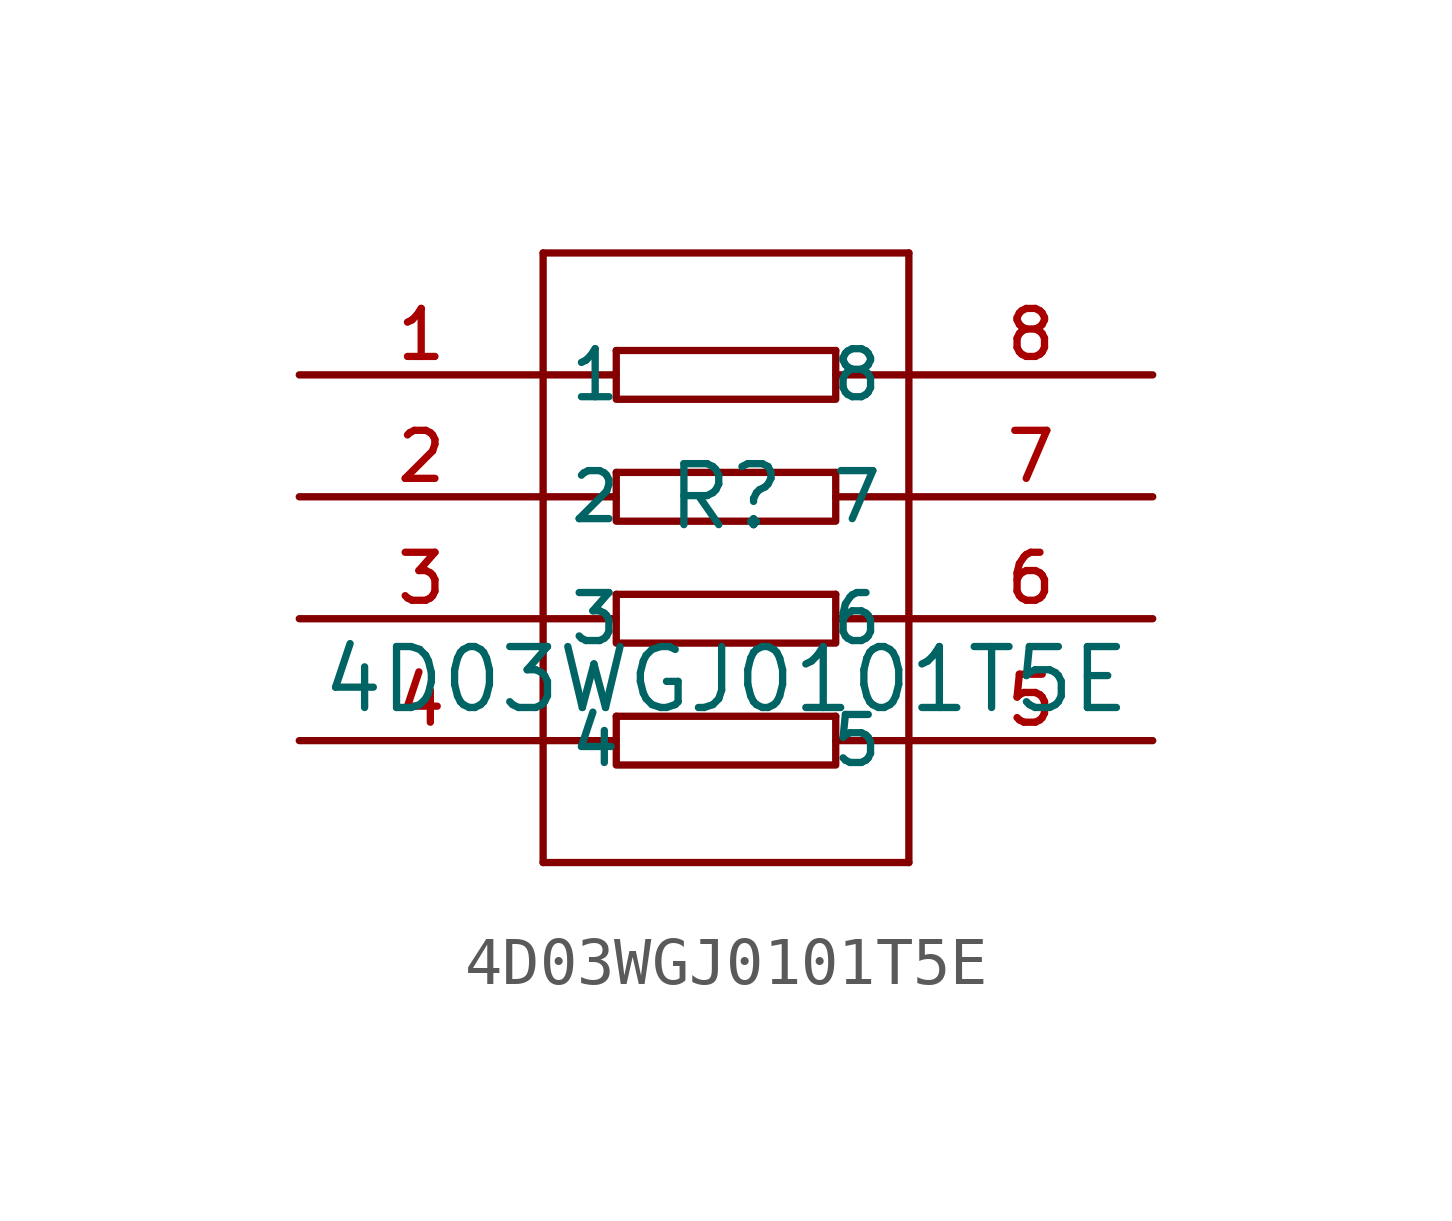
<source format=kicad_sym>
(kicad_symbol_lib
  (version 20210201)
  (generator TousstNicolas/JLC2KiCad_lib)
  (symbol "4D03WGJ0101T5E"
    (property "Reference" "R"
      (at 0 1.27 0)
      (effects (font (size 1.27 1.27))))
    (property "Value" "4D03WGJ0101T5E"
      (at 0 -2.54 0)
      (effects (font (size 1.27 1.27))))
    (symbol "4D03WGJ0101T5E_0_1"
      (pin input line (at -8.89 3.81 0) (length 5.08) (name "1" (effects (font (size 1 1)))) (number "1" (effects (font (size 1 1)))))
      (pin input line (at -8.89 1.27 0) (length 5.08) (name "2" (effects (font (size 1 1)))) (number "2" (effects (font (size 1 1)))))
      (pin input line (at -8.89 -1.27 0) (length 5.08) (name "3" (effects (font (size 1 1)))) (number "3" (effects (font (size 1 1)))))
      (pin input line (at -8.89 -3.81 0) (length 5.08) (name "4" (effects (font (size 1 1)))) (number "4" (effects (font (size 1 1)))))
      (pin input line (at 8.89 -3.81 180) (length 5.08) (name "5" (effects (font (size 1 1)))) (number "5" (effects (font (size 1 1)))))
      (pin input line (at 8.89 -1.27 180) (length 5.08) (name "6" (effects (font (size 1 1)))) (number "6" (effects (font (size 1 1)))))
      (pin input line (at 8.89 1.27 180) (length 5.08) (name "7" (effects (font (size 1 1)))) (number "7" (effects (font (size 1 1)))))
      (pin input line (at 8.89 3.81 180) (length 5.08) (name "8" (effects (font (size 1 1)))) (number "8" (effects (font (size 1 1)))))
      (polyline (pts (xy -3.81 -3.81) (xy -2.286 -3.81)) (stroke (width 0) (type default) (color 0 0 0 0)) (fill (type none)))
      (polyline (pts (xy -3.81 6.35) (xy -3.81 -6.35)) (stroke (width 0) (type default) (color 0 0 0 0)) (fill (type none)))
      (polyline (pts (xy 3.81 6.35) (xy 3.81 -6.35)) (stroke (width 0) (type default) (color 0 0 0 0)) (fill (type none)))
      (polyline (pts (xy -3.81 3.81) (xy -2.286 3.81)) (stroke (width 0) (type default) (color 0 0 0 0)) (fill (type none)))
      (polyline (pts (xy -3.81 -1.27) (xy -2.286 -1.27)) (stroke (width 0) (type default) (color 0 0 0 0)) (fill (type none)))
      (polyline (pts (xy -3.81 6.35) (xy 3.81 6.35)) (stroke (width 0) (type default) (color 0 0 0 0)) (fill (type none)))
      (polyline (pts (xy -3.81 1.27) (xy -2.286 1.27)) (stroke (width 0) (type default) (color 0 0 0 0)) (fill (type none)))
      (polyline (pts (xy -2.286 4.318) (xy 2.286 4.318)) (stroke (width 0) (type default) (color 0 0 0 0)) (fill (type none)))
      (polyline (pts (xy -2.286 4.318) (xy -2.286 3.302) (xy 2.286 3.302) (xy 2.286 4.318)) (stroke (width 0) (type default) (color 0 0 0 0)) (fill (type none)))
      (polyline (pts (xy -2.286 1.778) (xy 2.286 1.778)) (stroke (width 0) (type default) (color 0 0 0 0)) (fill (type none)))
      (polyline (pts (xy -2.286 1.778) (xy -2.286 0.762) (xy 2.286 0.762) (xy 2.286 1.778)) (stroke (width 0) (type default) (color 0 0 0 0)) (fill (type none)))
      (polyline (pts (xy -2.286 -0.762) (xy 2.286 -0.762)) (stroke (width 0) (type default) (color 0 0 0 0)) (fill (type none)))
      (polyline (pts (xy -2.286 -0.762) (xy -2.286 -1.778) (xy 2.286 -1.778) (xy 2.286 -0.762)) (stroke (width 0) (type default) (color 0 0 0 0)) (fill (type none)))
      (polyline (pts (xy -2.286 -3.302) (xy 2.286 -3.302)) (stroke (width 0) (type default) (color 0 0 0 0)) (fill (type none)))
      (polyline (pts (xy -2.286 -3.302) (xy -2.286 -4.318) (xy 2.286 -4.318) (xy 2.286 -3.302)) (stroke (width 0) (type default) (color 0 0 0 0)) (fill (type none)))
      (polyline (pts (xy 2.286 3.81) (xy 3.81 3.81)) (stroke (width 0) (type default) (color 0 0 0 0)) (fill (type none)))
      (polyline (pts (xy 2.286 1.27) (xy 3.81 1.27)) (stroke (width 0) (type default) (color 0 0 0 0)) (fill (type none)))
      (polyline (pts (xy 2.286 -1.27) (xy 3.81 -1.27)) (stroke (width 0) (type default) (color 0 0 0 0)) (fill (type none)))
      (polyline (pts (xy 2.286 -3.81) (xy 3.81 -3.81)) (stroke (width 0) (type default) (color 0 0 0 0)) (fill (type none)))
      (polyline (pts (xy -3.81 -6.35) (xy 3.81 -6.35)) (stroke (width 0) (type default) (color 0 0 0 0)) (fill (type none))))))
</source>
